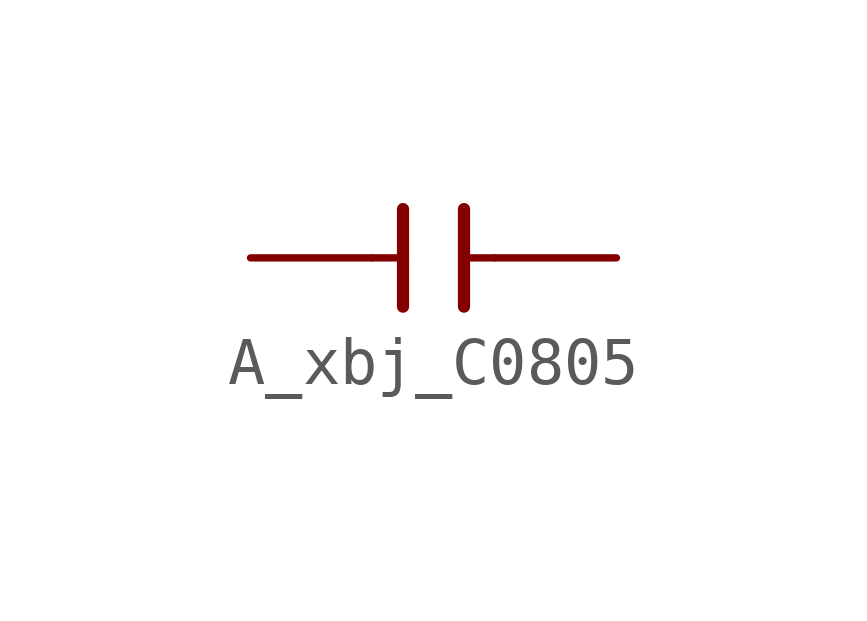
<source format=kicad_sym>
(kicad_symbol_lib
  (version 20231120)
  (generator "kicad_symbol_editor")
  (generator_version "8.0")
  (symbol "A_xbj_C0805"
    (property "Reference" "C"
      (at -3.81 2.54 0)
      (effects (font (size 1.27 1.079)) (justify left bottom) (hide yes)))
    (property "ki_locked" ""
      (at 0 0 0)
      (effects (font (size 1.27 1.27))))
    (symbol "A_xbj_C0805_1_0"
      (polyline (pts (xy -1.27 0) (xy -0.635 0)) (stroke (width 0.152) (type solid)) (fill (type none)))
      (polyline (pts (xy -0.635 -1.016) (xy -0.635 0)) (stroke (width 0.254) (type solid)) (fill (type none)))
      (polyline (pts (xy -0.635 0) (xy -0.635 1.016)) (stroke (width 0.254) (type solid)) (fill (type none)))
      (polyline (pts (xy 0.635 0) (xy 0.635 -1.016)) (stroke (width 0.254) (type solid)) (fill (type none)))
      (polyline (pts (xy 0.635 0) (xy 1.27 0)) (stroke (width 0.152) (type solid)) (fill (type none)))
      (polyline (pts (xy 0.635 1.016) (xy 0.635 0)) (stroke (width 0.254) (type solid)) (fill (type none)))
      (pin passive line (at -3.81 0 0) (length 2.54) (name "1" (effects (font (size 0 0)))) (number "1" (effects (font (size 0 0)))))
      (pin passive line (at 3.81 0 180) (length 2.54) (name "2" (effects (font (size 0 0)))) (number "2" (effects (font (size 0 0))))))))
</source>
